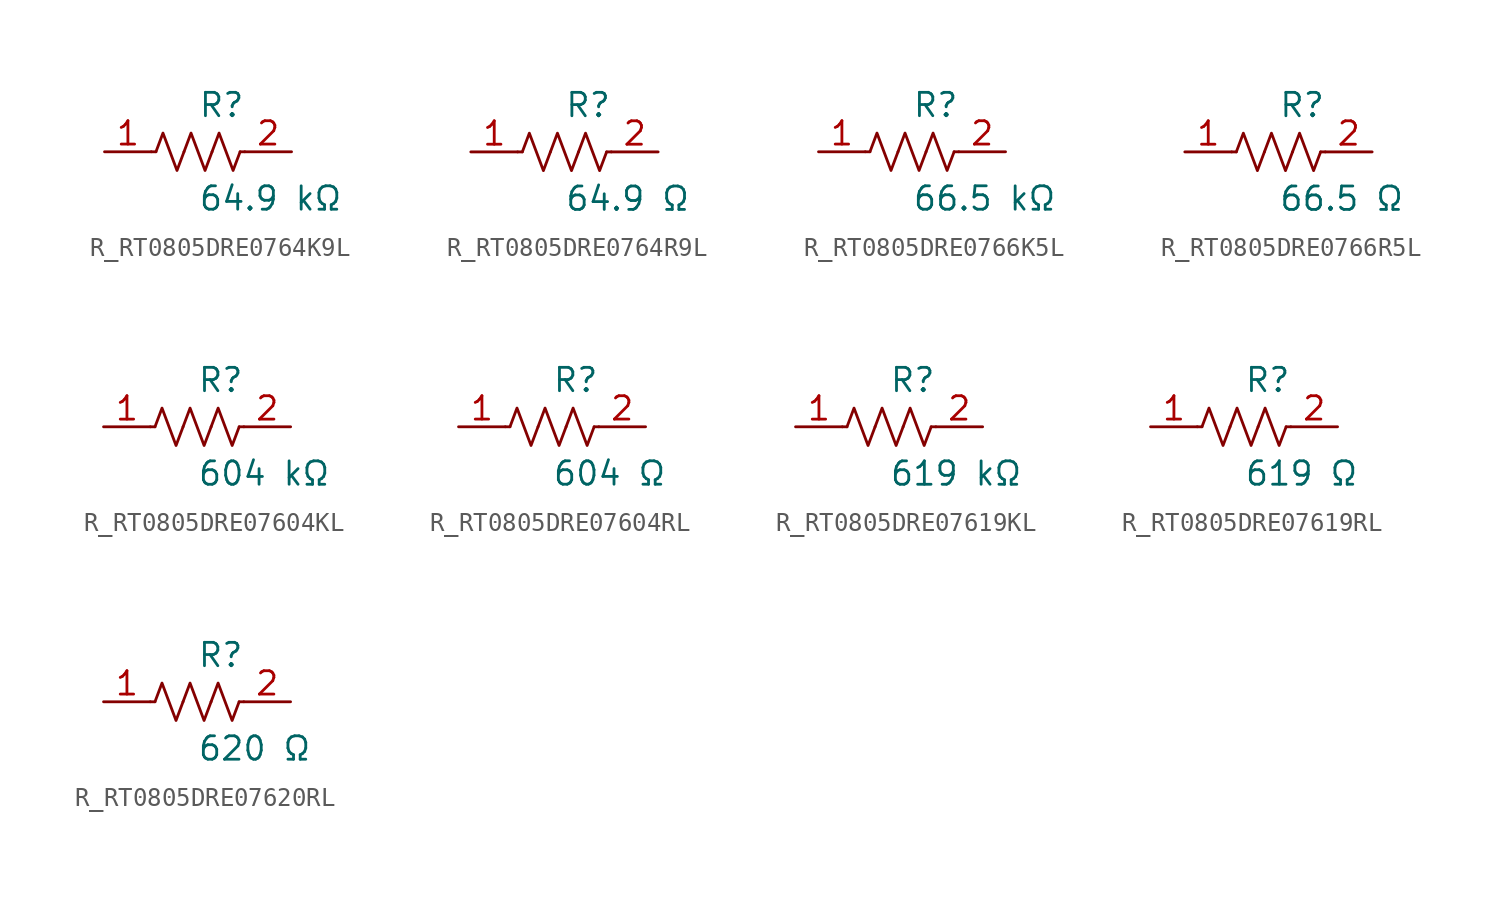
<source format=kicad_sym>
(kicad_symbol_lib
  (version 20231120)
  (generator kicad_symbol_editor)
  (generator_version 8.0)
  (symbol "R_RT0805DRE0764K9L"
    (pin_names
      (offset 0.254))
    (property "Reference" "R"
      (at 0 2.54 0)
      (effects (font (size 1.27 1.27)) (justify left)))
    (property "Value" "64.9 kΩ"
      (at 0 -2.54 0)
      (effects (font (size 1.27 1.27)) (justify left)))
    (symbol "R_RT0805DRE0764K9L_0_1"
      (polyline (pts (xy 2.286 0) (xy 2.54 0)) (stroke (width 0) (type default)) (fill (type none)))
      (polyline (pts (xy -2.286 0) (xy -2.54 0)) (stroke (width 0) (type default)) (fill (type none)))
      (polyline (pts (xy 0.762 0) (xy 1.143 1.016) (xy 1.524 0) (xy 1.905 -1.016) (xy 2.286 0)) (stroke (width 0) (type default)) (fill (type none)))
      (polyline (pts (xy -0.762 0) (xy -0.381 1.016) (xy 0 0) (xy 0.381 -1.016) (xy 0.762 0)) (stroke (width 0) (type default)) (fill (type none)))
      (polyline (pts (xy -2.286 0) (xy -1.905 1.016) (xy -1.524 0) (xy -1.143 -1.016) (xy -0.762 0)) (stroke (width 0) (type default)) (fill (type none))))
    (pin passive line
      (at -5.08 0 0)
      (length 2.54)
      (name "" (effects (font (size 1.27 1.27))))
      (number "1" (effects (font (size 1.27 1.27)))))
    (pin passive line
      (at 5.08 0 180)
      (length 2.54)
      (name "" (effects (font (size 1.27 1.27))))
      (number "2" (effects (font (size 1.27 1.27))))))
  (symbol "R_RT0805DRE0764R9L"
    (pin_names
      (offset 0.254))
    (property "Reference" "R"
      (at 0 2.54 0)
      (effects (font (size 1.27 1.27)) (justify left)))
    (property "Value" "64.9 Ω"
      (at 0 -2.54 0)
      (effects (font (size 1.27 1.27)) (justify left)))
    (symbol "R_RT0805DRE0764R9L_0_1"
      (polyline (pts (xy 2.286 0) (xy 2.54 0)) (stroke (width 0) (type default)) (fill (type none)))
      (polyline (pts (xy -2.286 0) (xy -2.54 0)) (stroke (width 0) (type default)) (fill (type none)))
      (polyline (pts (xy 0.762 0) (xy 1.143 1.016) (xy 1.524 0) (xy 1.905 -1.016) (xy 2.286 0)) (stroke (width 0) (type default)) (fill (type none)))
      (polyline (pts (xy -0.762 0) (xy -0.381 1.016) (xy 0 0) (xy 0.381 -1.016) (xy 0.762 0)) (stroke (width 0) (type default)) (fill (type none)))
      (polyline (pts (xy -2.286 0) (xy -1.905 1.016) (xy -1.524 0) (xy -1.143 -1.016) (xy -0.762 0)) (stroke (width 0) (type default)) (fill (type none))))
    (pin passive line
      (at -5.08 0 0)
      (length 2.54)
      (name "" (effects (font (size 1.27 1.27))))
      (number "1" (effects (font (size 1.27 1.27)))))
    (pin passive line
      (at 5.08 0 180)
      (length 2.54)
      (name "" (effects (font (size 1.27 1.27))))
      (number "2" (effects (font (size 1.27 1.27))))))
  (symbol "R_RT0805DRE0766K5L"
    (pin_names
      (offset 0.254))
    (property "Reference" "R"
      (at 0 2.54 0)
      (effects (font (size 1.27 1.27)) (justify left)))
    (property "Value" "66.5 kΩ"
      (at 0 -2.54 0)
      (effects (font (size 1.27 1.27)) (justify left)))
    (symbol "R_RT0805DRE0766K5L_0_1"
      (polyline (pts (xy 2.286 0) (xy 2.54 0)) (stroke (width 0) (type default)) (fill (type none)))
      (polyline (pts (xy -2.286 0) (xy -2.54 0)) (stroke (width 0) (type default)) (fill (type none)))
      (polyline (pts (xy 0.762 0) (xy 1.143 1.016) (xy 1.524 0) (xy 1.905 -1.016) (xy 2.286 0)) (stroke (width 0) (type default)) (fill (type none)))
      (polyline (pts (xy -0.762 0) (xy -0.381 1.016) (xy 0 0) (xy 0.381 -1.016) (xy 0.762 0)) (stroke (width 0) (type default)) (fill (type none)))
      (polyline (pts (xy -2.286 0) (xy -1.905 1.016) (xy -1.524 0) (xy -1.143 -1.016) (xy -0.762 0)) (stroke (width 0) (type default)) (fill (type none))))
    (pin passive line
      (at -5.08 0 0)
      (length 2.54)
      (name "" (effects (font (size 1.27 1.27))))
      (number "1" (effects (font (size 1.27 1.27)))))
    (pin passive line
      (at 5.08 0 180)
      (length 2.54)
      (name "" (effects (font (size 1.27 1.27))))
      (number "2" (effects (font (size 1.27 1.27))))))
  (symbol "R_RT0805DRE0766R5L"
    (pin_names
      (offset 0.254))
    (property "Reference" "R"
      (at 0 2.54 0)
      (effects (font (size 1.27 1.27)) (justify left)))
    (property "Value" "66.5 Ω"
      (at 0 -2.54 0)
      (effects (font (size 1.27 1.27)) (justify left)))
    (symbol "R_RT0805DRE0766R5L_0_1"
      (polyline (pts (xy 2.286 0) (xy 2.54 0)) (stroke (width 0) (type default)) (fill (type none)))
      (polyline (pts (xy -2.286 0) (xy -2.54 0)) (stroke (width 0) (type default)) (fill (type none)))
      (polyline (pts (xy 0.762 0) (xy 1.143 1.016) (xy 1.524 0) (xy 1.905 -1.016) (xy 2.286 0)) (stroke (width 0) (type default)) (fill (type none)))
      (polyline (pts (xy -0.762 0) (xy -0.381 1.016) (xy 0 0) (xy 0.381 -1.016) (xy 0.762 0)) (stroke (width 0) (type default)) (fill (type none)))
      (polyline (pts (xy -2.286 0) (xy -1.905 1.016) (xy -1.524 0) (xy -1.143 -1.016) (xy -0.762 0)) (stroke (width 0) (type default)) (fill (type none))))
    (pin passive line
      (at -5.08 0 0)
      (length 2.54)
      (name "" (effects (font (size 1.27 1.27))))
      (number "1" (effects (font (size 1.27 1.27)))))
    (pin passive line
      (at 5.08 0 180)
      (length 2.54)
      (name "" (effects (font (size 1.27 1.27))))
      (number "2" (effects (font (size 1.27 1.27))))))
  (symbol "R_RT0805DRE07604KL"
    (pin_names
      (offset 0.254))
    (property "Reference" "R"
      (at 0 2.54 0)
      (effects (font (size 1.27 1.27)) (justify left)))
    (property "Value" "604 kΩ"
      (at 0 -2.54 0)
      (effects (font (size 1.27 1.27)) (justify left)))
    (symbol "R_RT0805DRE07604KL_0_1"
      (polyline (pts (xy 2.286 0) (xy 2.54 0)) (stroke (width 0) (type default)) (fill (type none)))
      (polyline (pts (xy -2.286 0) (xy -2.54 0)) (stroke (width 0) (type default)) (fill (type none)))
      (polyline (pts (xy 0.762 0) (xy 1.143 1.016) (xy 1.524 0) (xy 1.905 -1.016) (xy 2.286 0)) (stroke (width 0) (type default)) (fill (type none)))
      (polyline (pts (xy -0.762 0) (xy -0.381 1.016) (xy 0 0) (xy 0.381 -1.016) (xy 0.762 0)) (stroke (width 0) (type default)) (fill (type none)))
      (polyline (pts (xy -2.286 0) (xy -1.905 1.016) (xy -1.524 0) (xy -1.143 -1.016) (xy -0.762 0)) (stroke (width 0) (type default)) (fill (type none))))
    (pin passive line
      (at -5.08 0 0)
      (length 2.54)
      (name "" (effects (font (size 1.27 1.27))))
      (number "1" (effects (font (size 1.27 1.27)))))
    (pin passive line
      (at 5.08 0 180)
      (length 2.54)
      (name "" (effects (font (size 1.27 1.27))))
      (number "2" (effects (font (size 1.27 1.27))))))
  (symbol "R_RT0805DRE07604RL"
    (pin_names
      (offset 0.254))
    (property "Reference" "R"
      (at 0 2.54 0)
      (effects (font (size 1.27 1.27)) (justify left)))
    (property "Value" "604 Ω"
      (at 0 -2.54 0)
      (effects (font (size 1.27 1.27)) (justify left)))
    (symbol "R_RT0805DRE07604RL_0_1"
      (polyline (pts (xy 2.286 0) (xy 2.54 0)) (stroke (width 0) (type default)) (fill (type none)))
      (polyline (pts (xy -2.286 0) (xy -2.54 0)) (stroke (width 0) (type default)) (fill (type none)))
      (polyline (pts (xy 0.762 0) (xy 1.143 1.016) (xy 1.524 0) (xy 1.905 -1.016) (xy 2.286 0)) (stroke (width 0) (type default)) (fill (type none)))
      (polyline (pts (xy -0.762 0) (xy -0.381 1.016) (xy 0 0) (xy 0.381 -1.016) (xy 0.762 0)) (stroke (width 0) (type default)) (fill (type none)))
      (polyline (pts (xy -2.286 0) (xy -1.905 1.016) (xy -1.524 0) (xy -1.143 -1.016) (xy -0.762 0)) (stroke (width 0) (type default)) (fill (type none))))
    (pin passive line
      (at -5.08 0 0)
      (length 2.54)
      (name "" (effects (font (size 1.27 1.27))))
      (number "1" (effects (font (size 1.27 1.27)))))
    (pin passive line
      (at 5.08 0 180)
      (length 2.54)
      (name "" (effects (font (size 1.27 1.27))))
      (number "2" (effects (font (size 1.27 1.27))))))
  (symbol "R_RT0805DRE07619KL"
    (pin_names
      (offset 0.254))
    (property "Reference" "R"
      (at 0 2.54 0)
      (effects (font (size 1.27 1.27)) (justify left)))
    (property "Value" "619 kΩ"
      (at 0 -2.54 0)
      (effects (font (size 1.27 1.27)) (justify left)))
    (symbol "R_RT0805DRE07619KL_0_1"
      (polyline (pts (xy 2.286 0) (xy 2.54 0)) (stroke (width 0) (type default)) (fill (type none)))
      (polyline (pts (xy -2.286 0) (xy -2.54 0)) (stroke (width 0) (type default)) (fill (type none)))
      (polyline (pts (xy 0.762 0) (xy 1.143 1.016) (xy 1.524 0) (xy 1.905 -1.016) (xy 2.286 0)) (stroke (width 0) (type default)) (fill (type none)))
      (polyline (pts (xy -0.762 0) (xy -0.381 1.016) (xy 0 0) (xy 0.381 -1.016) (xy 0.762 0)) (stroke (width 0) (type default)) (fill (type none)))
      (polyline (pts (xy -2.286 0) (xy -1.905 1.016) (xy -1.524 0) (xy -1.143 -1.016) (xy -0.762 0)) (stroke (width 0) (type default)) (fill (type none))))
    (pin passive line
      (at -5.08 0 0)
      (length 2.54)
      (name "" (effects (font (size 1.27 1.27))))
      (number "1" (effects (font (size 1.27 1.27)))))
    (pin passive line
      (at 5.08 0 180)
      (length 2.54)
      (name "" (effects (font (size 1.27 1.27))))
      (number "2" (effects (font (size 1.27 1.27))))))
  (symbol "R_RT0805DRE07619RL"
    (pin_names
      (offset 0.254))
    (property "Reference" "R"
      (at 0 2.54 0)
      (effects (font (size 1.27 1.27)) (justify left)))
    (property "Value" "619 Ω"
      (at 0 -2.54 0)
      (effects (font (size 1.27 1.27)) (justify left)))
    (symbol "R_RT0805DRE07619RL_0_1"
      (polyline (pts (xy 2.286 0) (xy 2.54 0)) (stroke (width 0) (type default)) (fill (type none)))
      (polyline (pts (xy -2.286 0) (xy -2.54 0)) (stroke (width 0) (type default)) (fill (type none)))
      (polyline (pts (xy 0.762 0) (xy 1.143 1.016) (xy 1.524 0) (xy 1.905 -1.016) (xy 2.286 0)) (stroke (width 0) (type default)) (fill (type none)))
      (polyline (pts (xy -0.762 0) (xy -0.381 1.016) (xy 0 0) (xy 0.381 -1.016) (xy 0.762 0)) (stroke (width 0) (type default)) (fill (type none)))
      (polyline (pts (xy -2.286 0) (xy -1.905 1.016) (xy -1.524 0) (xy -1.143 -1.016) (xy -0.762 0)) (stroke (width 0) (type default)) (fill (type none))))
    (pin passive line
      (at -5.08 0 0)
      (length 2.54)
      (name "" (effects (font (size 1.27 1.27))))
      (number "1" (effects (font (size 1.27 1.27)))))
    (pin passive line
      (at 5.08 0 180)
      (length 2.54)
      (name "" (effects (font (size 1.27 1.27))))
      (number "2" (effects (font (size 1.27 1.27))))))
  (symbol "R_RT0805DRE07620RL"
    (pin_names
      (offset 0.254))
    (property "Reference" "R"
      (at 0 2.54 0)
      (effects (font (size 1.27 1.27)) (justify left)))
    (property "Value" "620 Ω"
      (at 0 -2.54 0)
      (effects (font (size 1.27 1.27)) (justify left)))
    (symbol "R_RT0805DRE07620RL_0_1"
      (polyline (pts (xy 2.286 0) (xy 2.54 0)) (stroke (width 0) (type default)) (fill (type none)))
      (polyline (pts (xy -2.286 0) (xy -2.54 0)) (stroke (width 0) (type default)) (fill (type none)))
      (polyline (pts (xy 0.762 0) (xy 1.143 1.016) (xy 1.524 0) (xy 1.905 -1.016) (xy 2.286 0)) (stroke (width 0) (type default)) (fill (type none)))
      (polyline (pts (xy -0.762 0) (xy -0.381 1.016) (xy 0 0) (xy 0.381 -1.016) (xy 0.762 0)) (stroke (width 0) (type default)) (fill (type none)))
      (polyline (pts (xy -2.286 0) (xy -1.905 1.016) (xy -1.524 0) (xy -1.143 -1.016) (xy -0.762 0)) (stroke (width 0) (type default)) (fill (type none))))
    (pin passive line
      (at -5.08 0 0)
      (length 2.54)
      (name "" (effects (font (size 1.27 1.27))))
      (number "1" (effects (font (size 1.27 1.27)))))
    (pin passive line
      (at 5.08 0 180)
      (length 2.54)
      (name "" (effects (font (size 1.27 1.27))))
      (number "2" (effects (font (size 1.27 1.27)))))))
</source>
